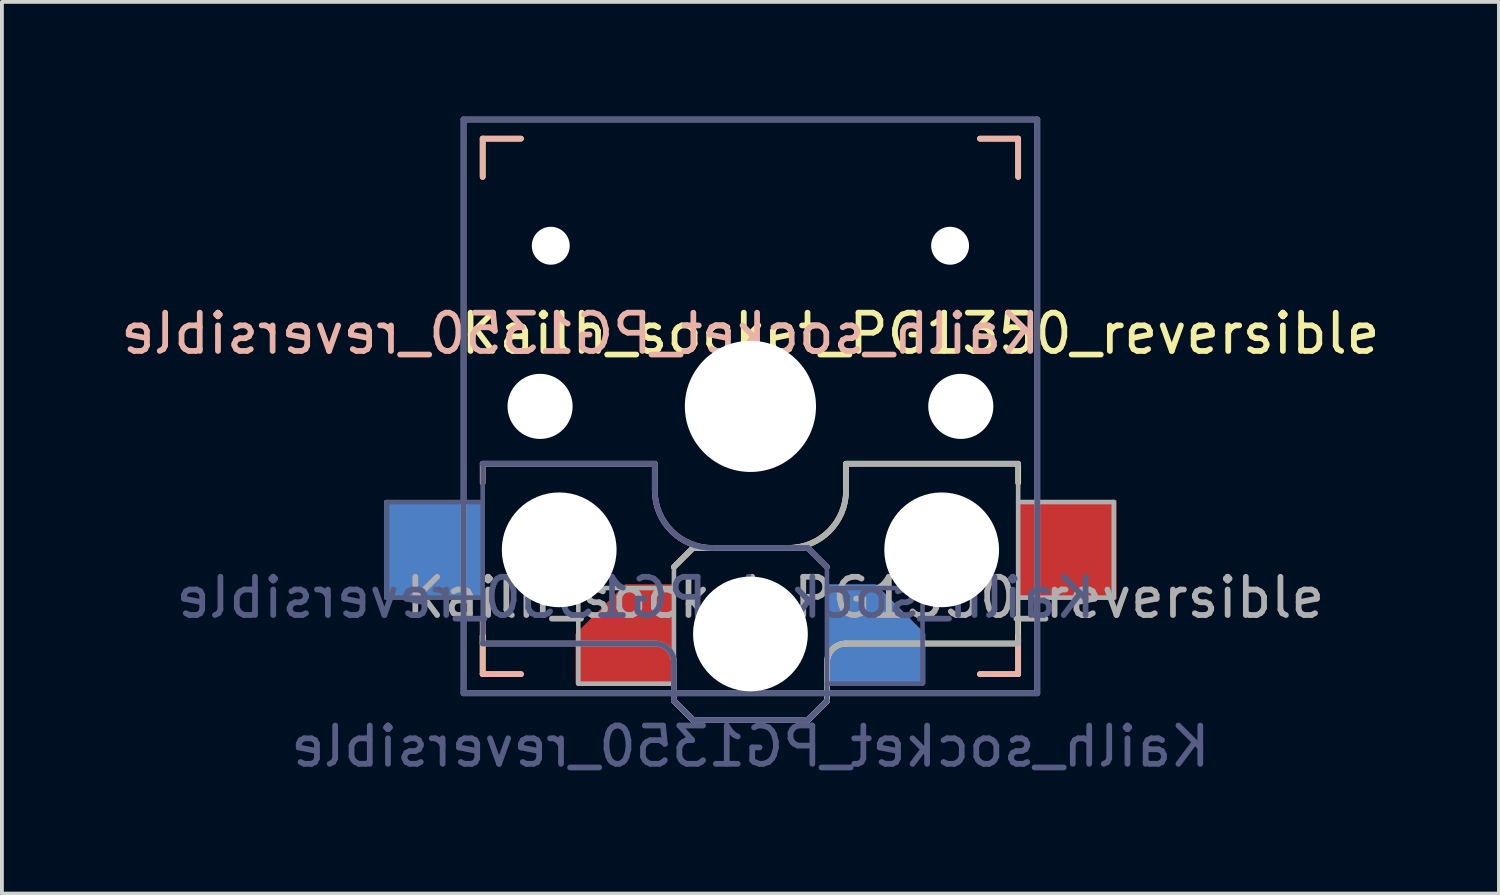
<source format=kicad_pcb>
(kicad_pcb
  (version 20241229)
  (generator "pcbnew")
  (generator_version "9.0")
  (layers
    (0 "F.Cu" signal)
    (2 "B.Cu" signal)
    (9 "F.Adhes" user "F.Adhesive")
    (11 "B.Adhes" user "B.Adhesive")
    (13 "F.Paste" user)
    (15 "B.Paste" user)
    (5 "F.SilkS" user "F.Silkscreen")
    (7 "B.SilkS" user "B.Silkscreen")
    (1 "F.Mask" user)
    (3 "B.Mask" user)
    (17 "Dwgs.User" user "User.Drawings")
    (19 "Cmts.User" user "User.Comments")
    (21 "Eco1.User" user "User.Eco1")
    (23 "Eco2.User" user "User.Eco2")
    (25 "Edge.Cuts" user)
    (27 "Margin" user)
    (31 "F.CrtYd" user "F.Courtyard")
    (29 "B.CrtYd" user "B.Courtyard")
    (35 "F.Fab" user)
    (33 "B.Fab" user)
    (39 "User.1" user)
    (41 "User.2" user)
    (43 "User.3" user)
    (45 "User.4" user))
  (footprint "Kailh_socket_PG1350_reversible"
    (layer "F.Cu")
    (at 16.57 7.575)
    (property "Reference" "Kailh_socket_PG1350_reversible" (at 4.445 -1.905 0) (layer "F.SilkS") (effects (font (size 1 1) (thickness 0.15))))
    (property "Value" "Kailh_socket_PG1350_reversible" (at 0 8.89 0) (layer "F.Fab") (hide yes) (effects (font (size 1 1) (thickness 0.15))))
    (attr smd)
    (fp_line (start -7 -7) (end -6 -7) (stroke (width 0.15) (type solid)) (layer "F.SilkS"))
    (fp_line (start -7 -6) (end -7 -7) (stroke (width 0.15) (type solid)) (layer "F.SilkS"))
    (fp_line (start -7 7) (end -7 6) (stroke (width 0.15) (type solid)) (layer "F.SilkS"))
    (fp_line (start -6 7) (end -7 7) (stroke (width 0.15) (type solid)) (layer "F.SilkS"))
    (fp_line (start -2 4.2) (end -1.5 3.7) (stroke (width 0.15) (type solid)) (layer "F.SilkS"))
    (fp_line (start -2 7.7) (end -1.5 8.2) (stroke (width 0.15) (type solid)) (layer "F.SilkS"))
    (fp_line (start -1.5 3.7) (end 1 3.7) (stroke (width 0.15) (type solid)) (layer "F.SilkS"))
    (fp_line (start -1.5 8.2) (end 1.5 8.2) (stroke (width 0.15) (type solid)) (layer "F.SilkS"))
    (fp_line (start 1.5 8.2) (end 2 7.7) (stroke (width 0.15) (type solid)) (layer "F.SilkS"))
    (fp_line (start 2 6.7) (end 2 7.7) (stroke (width 0.15) (type solid)) (layer "F.SilkS"))
    (fp_line (start 2.5 1.5) (end 7 1.5) (stroke (width 0.15) (type solid)) (layer "F.SilkS"))
    (fp_line (start 2.5 2.2) (end 2.5 1.5) (stroke (width 0.15) (type solid)) (layer "F.SilkS"))
    (fp_line (start 6 -7) (end 7 -7) (stroke (width 0.15) (type solid)) (layer "F.SilkS"))
    (fp_line (start 7 -7) (end 7 -6) (stroke (width 0.15) (type solid)) (layer "F.SilkS"))
    (fp_line (start 7 1.5) (end 7 2) (stroke (width 0.15) (type solid)) (layer "F.SilkS"))
    (fp_line (start 7 5.6) (end 7 6.2) (stroke (width 0.15) (type solid)) (layer "F.SilkS"))
    (fp_line (start 7 6) (end 7 7) (stroke (width 0.15) (type solid)) (layer "F.SilkS"))
    (fp_line (start 7 6.2) (end 2.5 6.2) (stroke (width 0.15) (type solid)) (layer "F.SilkS"))
    (fp_line (start 7 7) (end 6 7) (stroke (width 0.15) (type solid)) (layer "F.SilkS"))
    (fp_arc (start 2 6.7) (mid 2.146447 6.346447) (end 2.5 6.2) (stroke (width 0.15) (type solid)) (layer "F.SilkS"))
    (fp_arc (start 2.5 2.2) (mid 2.06066 3.26066) (end 1 3.7) (stroke (width 0.15) (type solid)) (layer "F.SilkS"))
    (fp_line (start -7 -7) (end -6 -7) (stroke (width 0.15) (type solid)) (layer "B.SilkS"))
    (fp_line (start -7 -6) (end -7 -7) (stroke (width 0.15) (type solid)) (layer "B.SilkS"))
    (fp_line (start -7 1.5) (end -7 2) (stroke (width 0.15) (type solid)) (layer "B.SilkS"))
    (fp_line (start -7 5.6) (end -7 6.2) (stroke (width 0.15) (type solid)) (layer "B.SilkS"))
    (fp_line (start -7 6.2) (end -2.5 6.2) (stroke (width 0.15) (type solid)) (layer "B.SilkS"))
    (fp_line (start -7 7) (end -7 6) (stroke (width 0.15) (type solid)) (layer "B.SilkS"))
    (fp_line (start -6 7) (end -7 7) (stroke (width 0.15) (type solid)) (layer "B.SilkS"))
    (fp_line (start -2.5 1.5) (end -7 1.5) (stroke (width 0.15) (type solid)) (layer "B.SilkS"))
    (fp_line (start -2.5 2.2) (end -2.5 1.5) (stroke (width 0.15) (type solid)) (layer "B.SilkS"))
    (fp_line (start -2 6.7) (end -2 7.7) (stroke (width 0.15) (type solid)) (layer "B.SilkS"))
    (fp_line (start -1.5 8.2) (end -2 7.7) (stroke (width 0.15) (type solid)) (layer "B.SilkS"))
    (fp_line (start 1.5 3.7) (end -1 3.7) (stroke (width 0.15) (type solid)) (layer "B.SilkS"))
    (fp_line (start 1.5 8.2) (end -1.5 8.2) (stroke (width 0.15) (type solid)) (layer "B.SilkS"))
    (fp_line (start 2 4.2) (end 1.5 3.7) (stroke (width 0.15) (type solid)) (layer "B.SilkS"))
    (fp_line (start 2 7.7) (end 1.5 8.2) (stroke (width 0.15) (type solid)) (layer "B.SilkS"))
    (fp_line (start 6 -7) (end 7 -7) (stroke (width 0.15) (type solid)) (layer "B.SilkS"))
    (fp_line (start 7 -7) (end 7 -6) (stroke (width 0.15) (type solid)) (layer "B.SilkS"))
    (fp_line (start 7 6) (end 7 7) (stroke (width 0.15) (type solid)) (layer "B.SilkS"))
    (fp_line (start 7 7) (end 6 7) (stroke (width 0.15) (type solid)) (layer "B.SilkS"))
    (fp_arc (start -2.5 6.2) (mid -2.146447 6.346447) (end -2 6.7) (stroke (width 0.15) (type solid)) (layer "B.SilkS"))
    (fp_arc (start -1 3.7) (mid -2.06066 3.26066) (end -2.5 2.2) (stroke (width 0.15) (type solid)) (layer "B.SilkS"))
    (fp_line (start -6.9 6.9) (end -6.9 -6.9) (stroke (width 0.15) (type solid)) (layer "Eco2.User"))
    (fp_line (start -6.9 6.9) (end 6.9 6.9) (stroke (width 0.15) (type solid)) (layer "Eco2.User"))
    (fp_line (start -2.6 -3.1) (end -2.6 -6.3) (stroke (width 0.15) (type solid)) (layer "Eco2.User"))
    (fp_line (start -2.6 -3.1) (end 2.6 -3.1) (stroke (width 0.15) (type solid)) (layer "Eco2.User"))
    (fp_line (start 2.6 -6.3) (end -2.6 -6.3) (stroke (width 0.15) (type solid)) (layer "Eco2.User"))
    (fp_line (start 2.6 -3.1) (end 2.6 -6.3) (stroke (width 0.15) (type solid)) (layer "Eco2.User"))
    (fp_line (start 6.9 -6.9) (end -6.9 -6.9) (stroke (width 0.15) (type solid)) (layer "Eco2.User"))
    (fp_line (start 6.9 -6.9) (end 6.9 6.9) (stroke (width 0.15) (type solid)) (layer "Eco2.User"))
    (fp_line (start -9.5 2.5) (end -7 2.5) (stroke (width 0.12) (type solid)) (layer "B.Fab"))
    (fp_line (start -9.5 5) (end -9.5 2.5) (stroke (width 0.12) (type solid)) (layer "B.Fab"))
    (fp_line (start -7.5 -7.5) (end 7.5 -7.5) (stroke (width 0.15) (type solid)) (layer "B.Fab"))
    (fp_line (start -7.5 7.5) (end -7.5 -7.5) (stroke (width 0.15) (type solid)) (layer "B.Fab"))
    (fp_line (start -7 1.5) (end -7 6.2) (stroke (width 0.12) (type solid)) (layer "B.Fab"))
    (fp_line (start -7 5) (end -9.5 5) (stroke (width 0.12) (type solid)) (layer "B.Fab"))
    (fp_line (start -7 6.2) (end -2.5 6.2) (stroke (width 0.15) (type solid)) (layer "B.Fab"))
    (fp_line (start -2.5 1.5) (end -7 1.5) (stroke (width 0.15) (type solid)) (layer "B.Fab"))
    (fp_line (start -2.5 2.2) (end -2.5 1.5) (stroke (width 0.15) (type solid)) (layer "B.Fab"))
    (fp_line (start -2 6.7) (end -2 7.7) (stroke (width 0.15) (type solid)) (layer "B.Fab"))
    (fp_line (start -1.5 8.2) (end -2 7.7) (stroke (width 0.15) (type solid)) (layer "B.Fab"))
    (fp_line (start 1.5 3.7) (end -1 3.7) (stroke (width 0.15) (type solid)) (layer "B.Fab"))
    (fp_line (start 1.5 8.2) (end -1.5 8.2) (stroke (width 0.15) (type solid)) (layer "B.Fab"))
    (fp_line (start 2 4.2) (end 1.5 3.7) (stroke (width 0.15) (type solid)) (layer "B.Fab"))
    (fp_line (start 2 4.25) (end 2 7.7) (stroke (width 0.12) (type solid)) (layer "B.Fab"))
    (fp_line (start 2 4.75) (end 4.5 4.75) (stroke (width 0.12) (type solid)) (layer "B.Fab"))
    (fp_line (start 2 7.7) (end 1.5 8.2) (stroke (width 0.15) (type solid)) (layer "B.Fab"))
    (fp_line (start 4.5 4.75) (end 4.5 7.25) (stroke (width 0.12) (type solid)) (layer "B.Fab"))
    (fp_line (start 4.5 7.25) (end 2 7.25) (stroke (width 0.12) (type solid)) (layer "B.Fab"))
    (fp_line (start 7.5 -7.5) (end 7.5 7.5) (stroke (width 0.15) (type solid)) (layer "B.Fab"))
    (fp_line (start 7.5 7.5) (end -7.5 7.5) (stroke (width 0.15) (type solid)) (layer "B.Fab"))
    (fp_arc (start -2.5 6.2) (mid -2.146447 6.346447) (end -2 6.7) (stroke (width 0.15) (type solid)) (layer "B.Fab"))
    (fp_arc (start -1 3.7) (mid -2.06066 3.26066) (end -2.5 2.2) (stroke (width 0.15) (type solid)) (layer "B.Fab"))
    (fp_line (start -7.5 -7.5) (end 7.5 -7.5) (stroke (width 0.15) (type solid)) (layer "F.Fab"))
    (fp_line (start -7.5 7.5) (end -7.5 -7.5) (stroke (width 0.15) (type solid)) (layer "F.Fab"))
    (fp_line (start -4.5 4.75) (end -4.5 7.25) (stroke (width 0.12) (type solid)) (layer "F.Fab"))
    (fp_line (start -4.5 7.25) (end -2 7.25) (stroke (width 0.12) (type solid)) (layer "F.Fab"))
    (fp_line (start -2 4.2) (end -1.5 3.7) (stroke (width 0.15) (type solid)) (layer "F.Fab"))
    (fp_line (start -2 4.25) (end -2 7.7) (stroke (width 0.12) (type solid)) (layer "F.Fab"))
    (fp_line (start -2 4.75) (end -4.5 4.75) (stroke (width 0.12) (type solid)) (layer "F.Fab"))
    (fp_line (start -2 7.7) (end -1.5 8.2) (stroke (width 0.15) (type solid)) (layer "F.Fab"))
    (fp_line (start -1.5 3.7) (end 1 3.7) (stroke (width 0.15) (type solid)) (layer "F.Fab"))
    (fp_line (start -1.5 8.2) (end 1.5 8.2) (stroke (width 0.15) (type solid)) (layer "F.Fab"))
    (fp_line (start 1.5 8.2) (end 2 7.7) (stroke (width 0.15) (type solid)) (layer "F.Fab"))
    (fp_line (start 2 6.7) (end 2 7.7) (stroke (width 0.15) (type solid)) (layer "F.Fab"))
    (fp_line (start 2.5 1.5) (end 7 1.5) (stroke (width 0.15) (type solid)) (layer "F.Fab"))
    (fp_line (start 2.5 2.2) (end 2.5 1.5) (stroke (width 0.15) (type solid)) (layer "F.Fab"))
    (fp_line (start 7 1.5) (end 7 6.2) (stroke (width 0.12) (type solid)) (layer "F.Fab"))
    (fp_line (start 7 5) (end 9.5 5) (stroke (width 0.12) (type solid)) (layer "F.Fab"))
    (fp_line (start 7 6.2) (end 2.5 6.2) (stroke (width 0.15) (type solid)) (layer "F.Fab"))
    (fp_line (start 7.5 -7.5) (end 7.5 7.5) (stroke (width 0.15) (type solid)) (layer "F.Fab"))
    (fp_line (start 7.5 7.5) (end -7.5 7.5) (stroke (width 0.15) (type solid)) (layer "F.Fab"))
    (fp_line (start 9.5 2.5) (end 7 2.5) (stroke (width 0.12) (type solid)) (layer "F.Fab"))
    (fp_line (start 9.5 5) (end 9.5 2.5) (stroke (width 0.12) (type solid)) (layer "F.Fab"))
    (fp_arc (start 2 6.7) (mid 2.146447 6.346447) (end 2.5 6.2) (stroke (width 0.15) (type solid)) (layer "F.Fab"))
    (fp_arc (start 2.5 2.2) (mid 2.06066 3.26066) (end 1 3.7) (stroke (width 0.15) (type solid)) (layer "F.Fab"))
    (fp_text user "${REFERENCE}" (at -4.445 -1.905 0) (layer "B.SilkS") (effects (font (size 1 1) (thickness 0.15)) (justify mirror)))
    (fp_text user "${VALUE}" (at 0 8.89 0) (layer "B.Fab") (effects (font (size 1 1) (thickness 0.15)) (justify mirror)))
    (fp_text user "${REFERENCE}" (at -3 5 0) (layer "B.Fab") (effects (font (size 1 1) (thickness 0.15)) (justify mirror)))
    (fp_text user "${REFERENCE}" (at 3 5 180) (layer "F.Fab") (effects (font (size 1 1) (thickness 0.15))))
    (pad "" np_thru_hole circle (at -5.5 0) (size 1.702 1.702) (drill 1.702) (layers "*.Cu" "*.Mask"))
    (pad "" np_thru_hole circle (at -5.22 -4.2) (size 0.991 0.991) (drill 0.991) (layers "*.Cu" "*.Mask"))
    (pad "" np_thru_hole circle (at -5 3.75) (size 3 3) (drill 3) (layers "*.Cu" "*.Mask"))
    (pad "" np_thru_hole circle (at 0 0) (size 3.429 3.429) (drill 3.429) (layers "*.Cu" "*.Mask"))
    (pad "" np_thru_hole circle (at 0 5.95) (size 3 3) (drill 3) (layers "*.Cu" "*.Mask"))
    (pad "" np_thru_hole circle (at 5 3.75) (size 3 3) (drill 3) (layers "*.Cu" "*.Mask"))
    (pad "" np_thru_hole circle (at 5.22 -4.2) (size 0.991 0.991) (drill 0.991) (layers "*.Cu" "*.Mask"))
    (pad "" np_thru_hole circle (at 5.5 0) (size 1.702 1.702) (drill 1.702) (layers "*.Cu" "*.Mask"))
    (pad "1" smd roundrect (at -3.275 5.95) (size 2.6 2.6) (layers "F.Cu" "F.Mask" "F.Paste") (roundrect_rratio 0) (chamfer_ratio 0.5) (chamfer top_left))
    (pad "1" smd roundrect (at 3.275 5.95) (size 2.6 2.6) (layers "B.Cu" "B.Mask" "B.Paste") (roundrect_rratio 0) (chamfer_ratio 0.5) (chamfer top_right))
    (pad "2" smd rect (at -8.275 3.75) (size 2.6 2.6) (layers "B.Cu" "B.Mask" "B.Paste"))
    (pad "2" smd rect (at 8.275 3.75) (size 2.6 2.6) (layers "F.Cu" "F.Mask" "F.Paste")))
  (gr_rect
    (start -3 -3)
    (end 36.14 20.313)
    (stroke (width 0.1) (type default))
    (fill no)
    (layer "Edge.Cuts")))
</source>
